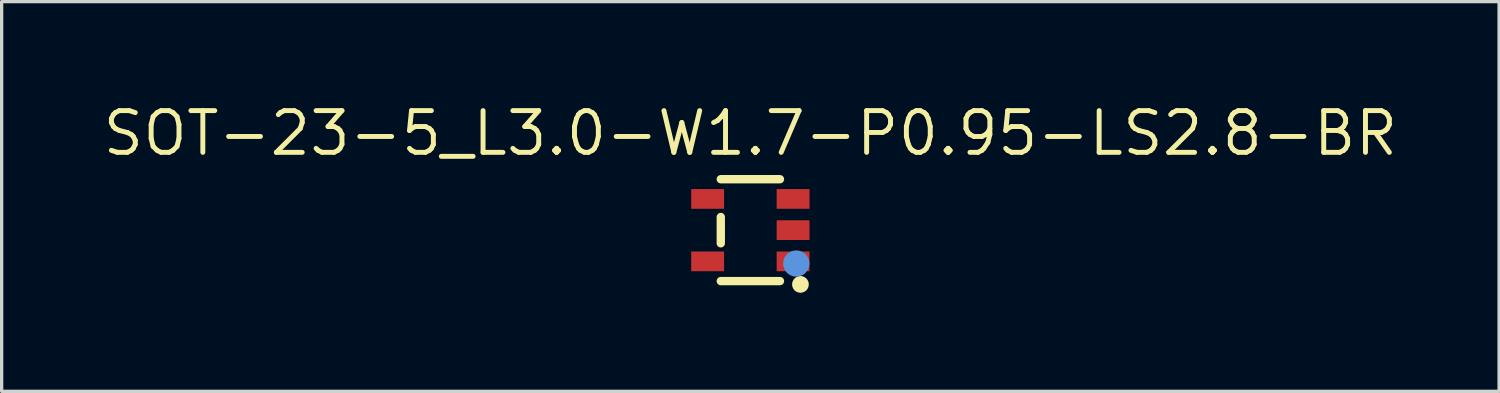
<source format=kicad_pcb>
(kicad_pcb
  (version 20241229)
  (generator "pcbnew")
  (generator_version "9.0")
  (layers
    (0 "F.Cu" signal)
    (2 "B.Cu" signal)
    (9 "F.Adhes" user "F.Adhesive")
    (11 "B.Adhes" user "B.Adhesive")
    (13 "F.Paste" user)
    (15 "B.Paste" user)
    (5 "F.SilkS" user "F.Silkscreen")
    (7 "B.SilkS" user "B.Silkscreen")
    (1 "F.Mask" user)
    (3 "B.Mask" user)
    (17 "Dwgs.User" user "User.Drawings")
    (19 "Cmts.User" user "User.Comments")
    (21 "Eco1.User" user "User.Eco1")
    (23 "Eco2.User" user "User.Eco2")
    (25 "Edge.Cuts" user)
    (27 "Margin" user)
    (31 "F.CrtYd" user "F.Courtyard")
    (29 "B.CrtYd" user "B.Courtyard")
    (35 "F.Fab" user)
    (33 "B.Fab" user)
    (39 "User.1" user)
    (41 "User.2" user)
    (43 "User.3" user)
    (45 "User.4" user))
  (footprint "SOT-23-5_L3.0-W1.7-P0.95-LS2.8-BR"
    (layer "F.Cu")
    (at 19.783 3.953)
    (property "Reference" "SOT-23-5_L3.0-W1.7-P0.95-LS2.8-BR" (at 0 -2.947 0) (layer "F.SilkS") (effects (font (size 1.27 1.27) (thickness 0.15))))
    (attr smd)
    (fp_line (start -0.9 -1.55) (end 0.9 -1.55) (stroke (width 0.254) (type solid)) (layer "F.SilkS"))
    (fp_line (start -0.9 0.4) (end -0.9 -0.4) (stroke (width 0.254) (type solid)) (layer "F.SilkS"))
    (fp_line (start -0.9 1.55) (end 0.9 1.55) (stroke (width 0.254) (type solid)) (layer "F.SilkS"))
    (fp_circle (center 1.524 1.651) (end 1.651 1.651) (stroke (width 0.254) (type solid)) (fill no) (layer "F.SilkS"))
    (fp_circle (center 1.397 1.016) (end 1.597 1.016) (stroke (width 0.4) (type solid)) (fill no) (layer "Cmts.User"))
    (fp_text user "" (at 0 0 0) (layer "Cmts.User") (effects (font (size 1 1) (thickness 0.15))))
    (pad "1" smd rect (at 1.3 0.95) (size 1 0.6) (layers "F.Cu" "F.Mask" "F.Paste"))
    (pad "2" smd rect (at 1.3 0) (size 1 0.6) (layers "F.Cu" "F.Mask" "F.Paste"))
    (pad "3" smd rect (at 1.3 -0.95) (size 1 0.6) (layers "F.Cu" "F.Mask" "F.Paste"))
    (pad "4" smd rect (at -1.3 -0.95) (size 1 0.6) (layers "F.Cu" "F.Mask" "F.Paste"))
    (pad "5" smd rect (at -1.3 0.95) (size 1 0.6) (layers "F.Cu" "F.Mask" "F.Paste")))
  (gr_rect
    (start -3 -3)
    (end 42.566 8.858)
    (stroke (width 0.1) (type default))
    (fill no)
    (layer "Edge.Cuts")))
</source>
